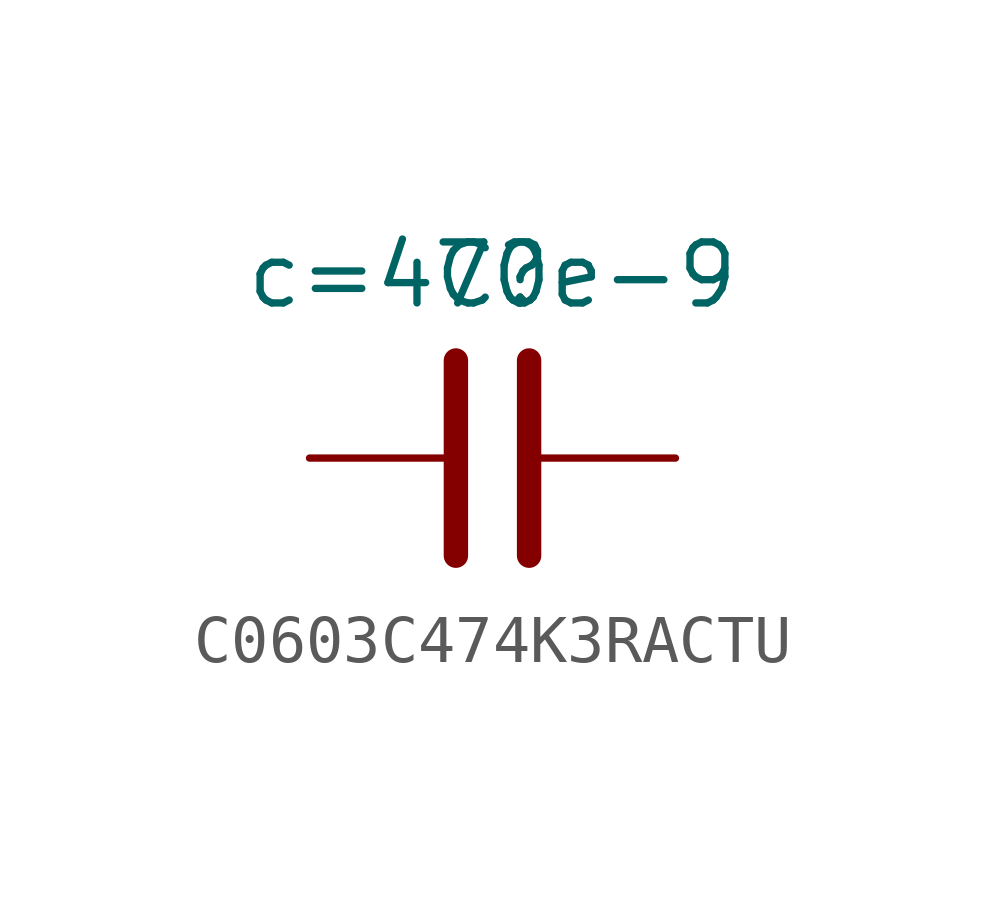
<source format=kicad_sym>
(kicad_symbol_lib
  (version 20241209)
  (generator "kicad_symbol_editor")
  (generator_version "9.0")
  (symbol "C0603C474K3RACTU"
    (pin_numbers
      (hide yes))
    (property "Reference" "C"
      (at 0 0 0)
      (effects (font (size 1.27 1.27))))
    (property "Value" "${SIM.PARAMS}"
      (at 0 0 0)
      (effects (font (size 1.27 1.27))))
    (property "Sim.Params" "c=470e-9"
      (at 0 0 0)
      (effects (font (size 1.27 1.27)) (hide yes)))
    (symbol "C0603C474K3RACTU_0_1"
      (polyline (pts (xy -0.762 -5.842) (xy -0.762 -1.778)) (stroke (width 0.508) (type default)) (fill (type none)))
      (polyline (pts (xy 0.762 -5.842) (xy 0.762 -1.778)) (stroke (width 0.508) (type default)) (fill (type none))))
    (symbol "C0603C474K3RACTU_1_1"
      (pin passive line (at -3.81 -3.81 0) (length 2.794) (name "~" (effects (font (size 1.27 1.27)))) (number "1" (effects (font (size 1.27 1.27)))))
      (pin passive line (at 3.81 -3.81 180) (length 2.794) (name "~" (effects (font (size 1.27 1.27)))) (number "2" (effects (font (size 1.27 1.27))))))))
</source>
